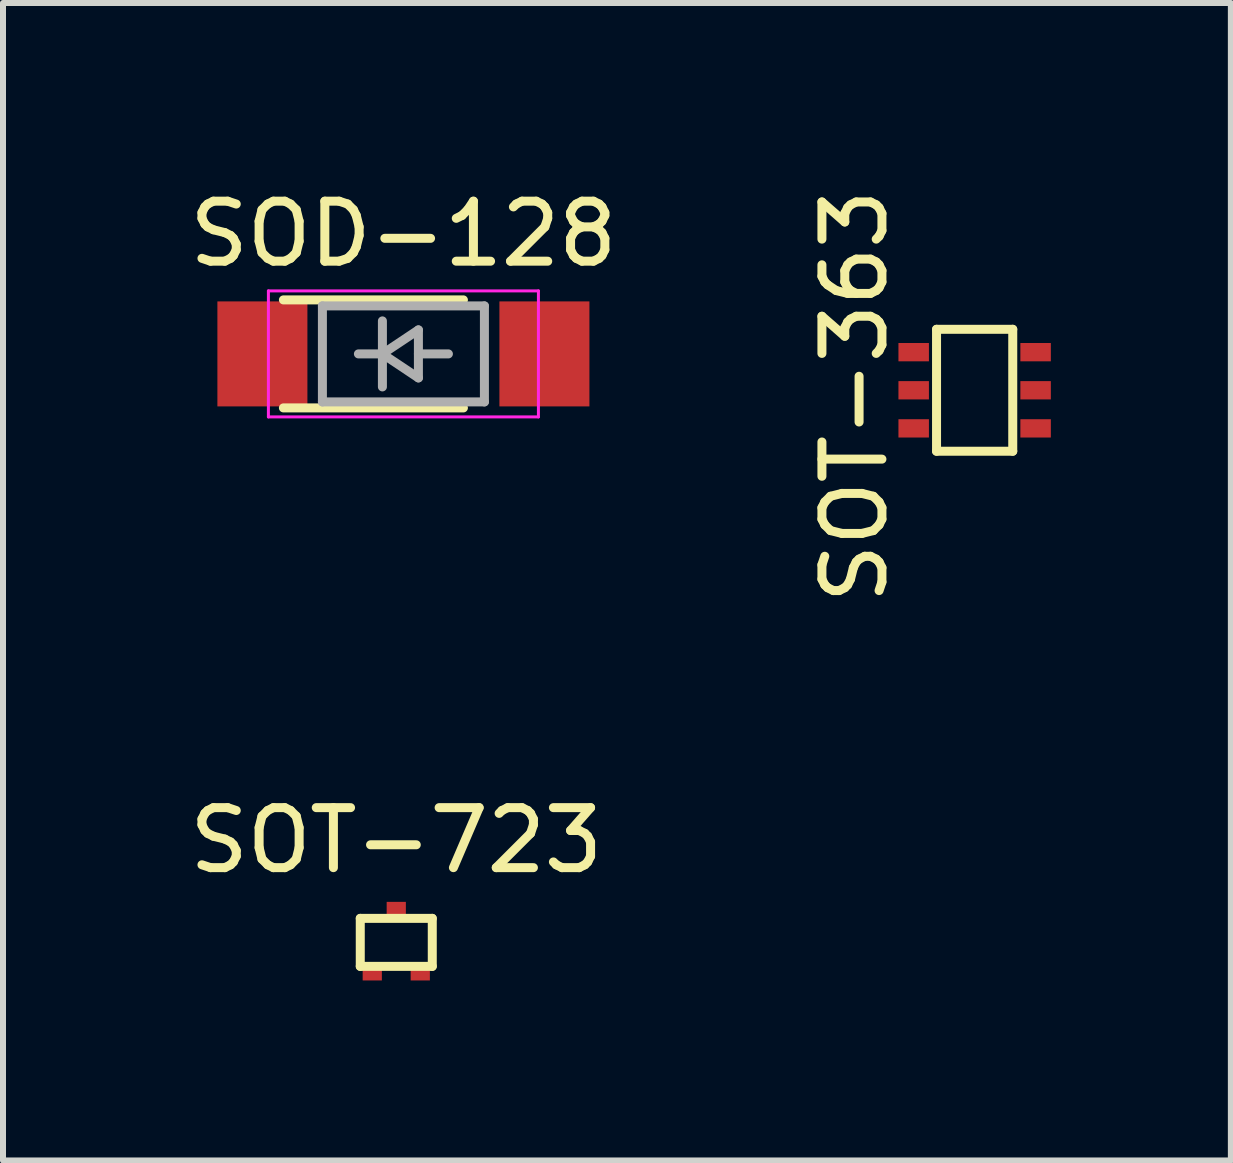
<source format=kicad_pcb>
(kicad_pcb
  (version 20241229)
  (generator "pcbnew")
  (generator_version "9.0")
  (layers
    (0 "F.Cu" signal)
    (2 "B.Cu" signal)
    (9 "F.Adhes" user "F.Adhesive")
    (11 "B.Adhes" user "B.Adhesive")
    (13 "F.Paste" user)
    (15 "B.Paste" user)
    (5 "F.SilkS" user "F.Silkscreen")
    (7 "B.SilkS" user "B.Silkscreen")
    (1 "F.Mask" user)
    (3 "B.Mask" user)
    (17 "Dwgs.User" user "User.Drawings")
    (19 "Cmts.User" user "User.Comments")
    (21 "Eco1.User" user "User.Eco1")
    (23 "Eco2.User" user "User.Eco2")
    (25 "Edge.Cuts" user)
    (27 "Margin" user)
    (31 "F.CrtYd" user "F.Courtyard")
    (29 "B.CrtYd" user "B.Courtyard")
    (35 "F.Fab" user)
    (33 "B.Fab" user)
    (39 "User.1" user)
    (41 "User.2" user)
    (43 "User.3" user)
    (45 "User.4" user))
  (footprint "SOT-363"
    (layer "F.Cu")
    (at 13.193 3.454)
    (property "Reference" "SOT-363" (at -2 0.1 90) (layer "F.SilkS") (effects (font (size 1 1) (thickness 0.15))))
    (attr smd)
    (fp_line (start -0.635 -1.016) (end -0.635 1.016) (stroke (width 0.15) (type solid)) (layer "F.SilkS"))
    (fp_line (start -0.635 1.016) (end 0.635 1.016) (stroke (width 0.15) (type solid)) (layer "F.SilkS"))
    (fp_line (start 0.635 -1.016) (end -0.635 -1.016) (stroke (width 0.15) (type solid)) (layer "F.SilkS"))
    (fp_line (start 0.635 1.016) (end 0.635 -1.016) (stroke (width 0.15) (type solid)) (layer "F.SilkS"))
    (pad "1" smd rect (at -1.016 -0.635) (size 0.508 0.305) (layers "F.Cu" "F.Mask" "F.Paste"))
    (pad "2" smd rect (at -1.016 0) (size 0.508 0.305) (layers "F.Cu" "F.Mask" "F.Paste"))
    (pad "3" smd rect (at -1.016 0.635) (size 0.508 0.305) (layers "F.Cu" "F.Mask" "F.Paste"))
    (pad "4" smd rect (at 1.016 0.635) (size 0.508 0.305) (layers "F.Cu" "F.Mask" "F.Paste"))
    (pad "5" smd rect (at 1.016 0) (size 0.508 0.305) (layers "F.Cu" "F.Mask" "F.Paste"))
    (pad "6" smd rect (at 1.016 -0.635) (size 0.508 0.305) (layers "F.Cu" "F.Mask" "F.Paste")))
  (footprint "SOD-128"
    (layer "F.Cu")
    (at 3.673 2.848)
    (property "Reference" "SOD-128" (at 0 -2 0) (layer "F.SilkS") (effects (font (size 1 1) (thickness 0.15))))
    (attr smd)
    (fp_line (start -2 -0.9) (end 1 -0.9) (stroke (width 0.15) (type solid)) (layer "F.SilkS"))
    (fp_line (start -2 0.9) (end 1 0.9) (stroke (width 0.15) (type solid)) (layer "F.SilkS"))
    (fp_line (start -2.25 -1.05) (end -2.25 1.05) (stroke (width 0.05) (type solid)) (layer "F.CrtYd"))
    (fp_line (start -2.25 -1.05) (end 2.25 -1.05) (stroke (width 0.05) (type solid)) (layer "F.CrtYd"))
    (fp_line (start 2.25 -1.05) (end 2.25 1.05) (stroke (width 0.05) (type solid)) (layer "F.CrtYd"))
    (fp_line (start 2.25 1.05) (end -2.25 1.05) (stroke (width 0.05) (type solid)) (layer "F.CrtYd"))
    (fp_line (start -1.35 -0.8) (end 1.35 -0.8) (stroke (width 0.15) (type solid)) (layer "F.Fab"))
    (fp_line (start -1.35 0.8) (end -1.35 -0.8) (stroke (width 0.15) (type solid)) (layer "F.Fab"))
    (fp_line (start -0.75 0) (end -0.35 0) (stroke (width 0.15) (type solid)) (layer "F.Fab"))
    (fp_line (start -0.35 0) (end -0.35 -0.55) (stroke (width 0.15) (type solid)) (layer "F.Fab"))
    (fp_line (start -0.35 0) (end -0.35 0.55) (stroke (width 0.15) (type solid)) (layer "F.Fab"))
    (fp_line (start -0.35 0) (end 0.25 -0.4) (stroke (width 0.15) (type solid)) (layer "F.Fab"))
    (fp_line (start 0.25 -0.4) (end 0.25 0.4) (stroke (width 0.15) (type solid)) (layer "F.Fab"))
    (fp_line (start 0.25 0) (end 0.75 0) (stroke (width 0.15) (type solid)) (layer "F.Fab"))
    (fp_line (start 0.25 0.4) (end -0.35 0) (stroke (width 0.15) (type solid)) (layer "F.Fab"))
    (fp_line (start 1.35 -0.8) (end 1.35 0.8) (stroke (width 0.15) (type solid)) (layer "F.Fab"))
    (fp_line (start 1.35 0.8) (end -1.35 0.8) (stroke (width 0.15) (type solid)) (layer "F.Fab"))
    (pad "1" smd rect (at -2.35 0) (size 1.5 1.75) (layers "F.Cu" "F.Mask" "F.Paste"))
    (pad "2" smd rect (at 2.35 0) (size 1.5 1.75) (layers "F.Cu" "F.Mask" "F.Paste")))
  (footprint "SOT-723"
    (layer "F.Cu")
    (at 3.554 12.655)
    (property "Reference" "SOT-723" (at 0 -1.7 0) (layer "F.SilkS") (effects (font (size 1 1) (thickness 0.15))))
    (attr through_hole)
    (fp_line (start -0.6 -0.4) (end -0.6 0.4) (stroke (width 0.15) (type solid)) (layer "F.SilkS"))
    (fp_line (start 0.6 -0.4) (end -0.6 -0.4) (stroke (width 0.15) (type solid)) (layer "F.SilkS"))
    (fp_line (start 0.6 0.4) (end -0.6 0.4) (stroke (width 0.15) (type solid)) (layer "F.SilkS"))
    (fp_line (start 0.6 0.4) (end 0.6 -0.4) (stroke (width 0.15) (type solid)) (layer "F.SilkS"))
    (pad "1" smd rect (at 0 -0.525) (size 0.32 0.3) (layers "F.Cu" "F.Mask" "F.Paste"))
    (pad "2" smd rect (at -0.4 0.525) (size 0.32 0.22) (layers "F.Cu" "F.Mask" "F.Paste"))
    (pad "3" smd rect (at 0.4 0.525) (size 0.32 0.22) (layers "F.Cu" "F.Mask" "F.Paste")))
  (gr_rect
    (start -3 -3)
    (end 17.463 16.29)
    (stroke (width 0.1) (type default))
    (fill no)
    (layer "Edge.Cuts")))
</source>
